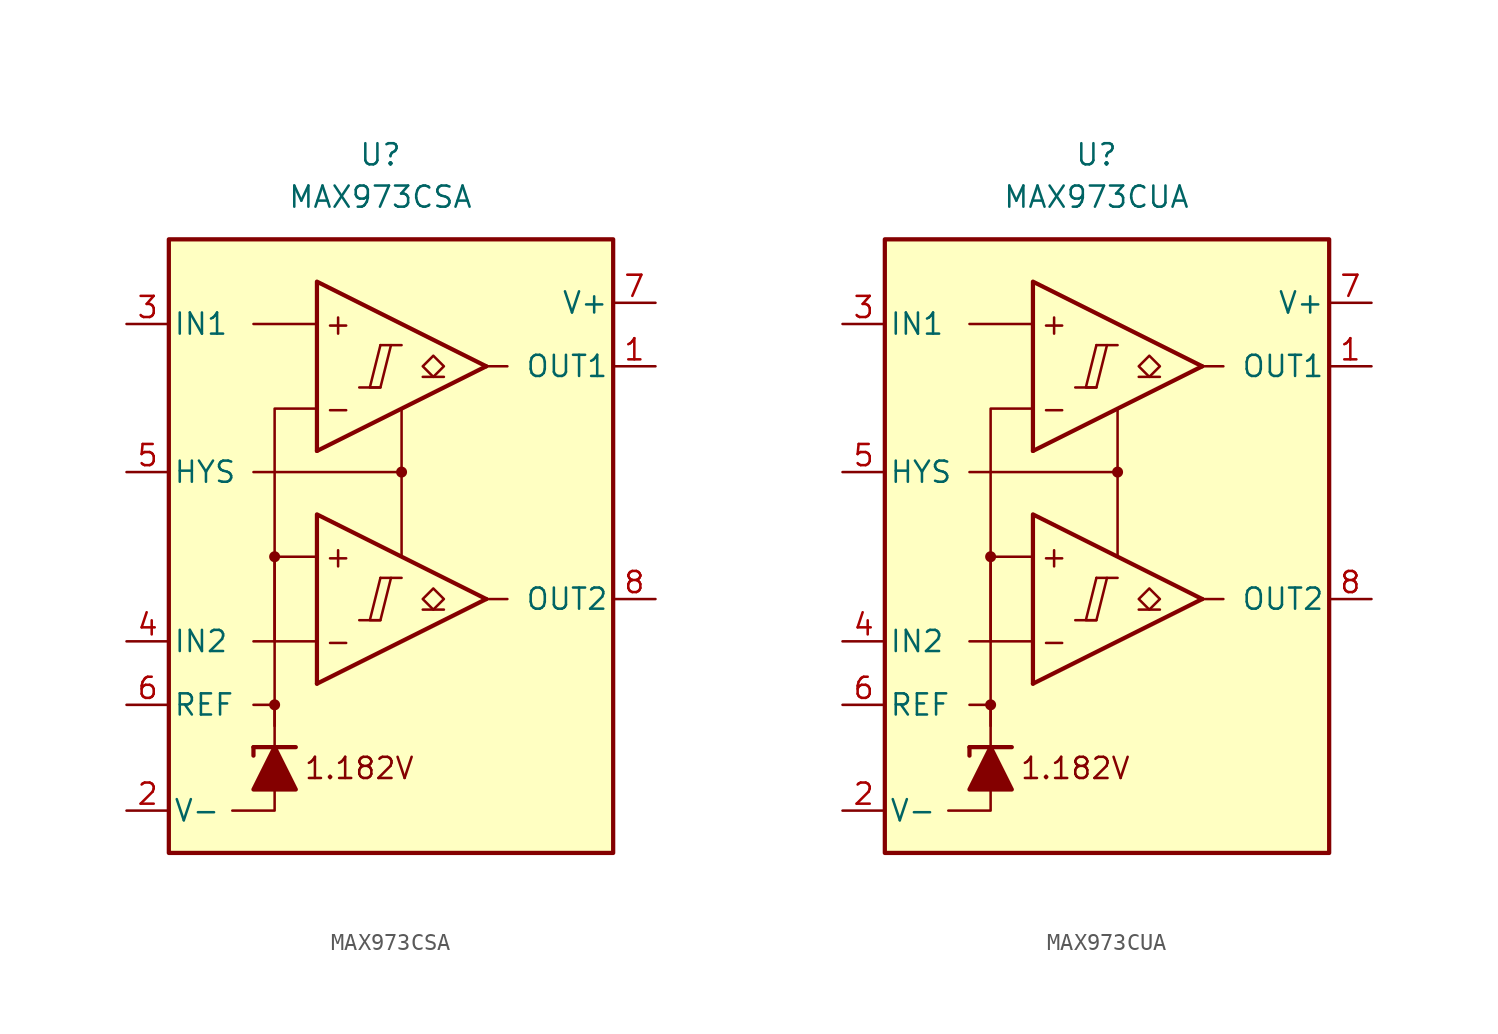
<source format=kicad_sym>
(kicad_symbol_lib
  (version 20211014)
  (generator kicad_symbol_editor)
  (symbol "MAX973CSA"
    (pin_names
      (offset 0.254))
    (property "Reference" "U"
      (at -1.27 22.86 0)
      (effects (font (size 1.27 1.27))))
    (property "Value" "MAX973CSA"
      (at -1.27 20.32 0)
      (effects (font (size 1.27 1.27))))
    (symbol "MAX973CSA_0_0"
      (rectangle (start -13.97 17.78) (end 12.7 -19.05) (stroke (width 0.254) (type default) (color 0 0 0 0)) (fill (type background)))
      (circle (center -7.62 -10.16) (radius 0.254) (stroke (width 0.152) (type default) (color 0 0 0 0)) (fill (type outline)))
      (circle (center -7.62 -1.27) (radius 0.254) (stroke (width 0.152) (type default) (color 0 0 0 0)) (fill (type outline)))
      (polyline (pts (xy -2.54 -5.08) (xy -1.27 -5.08)) (stroke (width 0.152) (type default) (color 0 0 0 0)) (fill (type none)))
      (polyline (pts (xy -2.54 8.89) (xy -1.27 8.89)) (stroke (width 0.152) (type default) (color 0 0 0 0)) (fill (type none)))
      (polyline (pts (xy -1.27 -2.54) (xy 0 -2.54)) (stroke (width 0.152) (type default) (color 0 0 0 0)) (fill (type none)))
      (polyline (pts (xy -1.27 11.43) (xy 0 11.43)) (stroke (width 0.152) (type default) (color 0 0 0 0)) (fill (type none)))
      (polyline (pts (xy 5.08 -3.81) (xy -5.08 -8.89)) (stroke (width 0.254) (type default) (color 0 0 0 0)) (fill (type none)))
      (polyline (pts (xy 5.08 10.16) (xy -5.08 5.08)) (stroke (width 0.254) (type default) (color 0 0 0 0)) (fill (type none)))
      (polyline (pts (xy 5.08 -3.81) (xy -5.08 1.27) (xy -5.08 -8.89)) (stroke (width 0.254) (type default) (color 0 0 0 0)) (fill (type background)))
      (polyline (pts (xy 5.08 10.16) (xy -5.08 15.24) (xy -5.08 5.08)) (stroke (width 0.254) (type default) (color 0 0 0 0)) (fill (type background)))
      (polyline (pts (xy -1.27 -2.54) (xy -1.905 -5.08) (xy -1.27 -5.08) (xy -0.635 -2.54)) (stroke (width 0.152) (type default) (color 0 0 0 0)) (fill (type none)))
      (polyline (pts (xy -1.27 11.43) (xy -1.905 8.89) (xy -1.27 8.89) (xy -0.635 11.43)) (stroke (width 0.152) (type default) (color 0 0 0 0)) (fill (type none)))
      (circle (center 0 3.81) (radius 0.254) (stroke (width 0.152) (type default) (color 0 0 0 0)) (fill (type outline)))
      (text "+" (at -3.81 -1.27 0) (effects (font (size 1.27 1.27))))
      (text "+" (at -3.81 12.7 0) (effects (font (size 1.27 1.27))))
      (text "-" (at -3.81 -6.35 0) (effects (font (size 1.27 1.27))))
      (text "-" (at -3.81 7.62 0) (effects (font (size 1.27 1.27))))
      (text "1.182V" (at -2.54 -13.97 0) (effects (font (size 1.27 1.27)))))
    (symbol "MAX973CSA_0_1"
      (polyline (pts (xy -8.89 -12.7) (xy -8.89 -13.208)) (stroke (width 0.254) (type default) (color 0 0 0 0)) (fill (type none)))
      (polyline (pts (xy -8.89 -12.7) (xy -6.35 -12.7)) (stroke (width 0.254) (type default) (color 0 0 0 0)) (fill (type none)))
      (polyline (pts (xy -5.08 -6.35) (xy -8.89 -6.35)) (stroke (width 0) (type default) (color 0 0 0 0)) (fill (type none)))
      (polyline (pts (xy -5.08 12.7) (xy -8.89 12.7)) (stroke (width 0) (type default) (color 0 0 0 0)) (fill (type none)))
      (polyline (pts (xy 0 3.81) (xy 0 -1.27)) (stroke (width 0) (type default) (color 0 0 0 0)) (fill (type none)))
      (polyline (pts (xy 5.08 -3.81) (xy 6.35 -3.81)) (stroke (width 0) (type default) (color 0 0 0 0)) (fill (type none)))
      (polyline (pts (xy 5.08 10.16) (xy 6.35 10.16)) (stroke (width 0) (type default) (color 0 0 0 0)) (fill (type none)))
      (polyline (pts (xy -7.62 -15.24) (xy -7.62 -16.51) (xy -10.16 -16.51)) (stroke (width 0) (type default) (color 0 0 0 0)) (fill (type none)))
      (polyline (pts (xy -7.62 -12.7) (xy -7.62 -10.16) (xy -8.89 -10.16)) (stroke (width 0) (type default) (color 0 0 0 0)) (fill (type none)))
      (polyline (pts (xy -7.62 -11.43) (xy -7.62 -1.27) (xy -5.08 -1.27)) (stroke (width 0) (type default) (color 0 0 0 0)) (fill (type none)))
      (polyline (pts (xy -7.62 -6.35) (xy -7.62 7.62) (xy -5.08 7.62)) (stroke (width 0) (type default) (color 0 0 0 0)) (fill (type none)))
      (polyline (pts (xy 0 7.62) (xy 0 3.81) (xy -8.89 3.81)) (stroke (width 0) (type default) (color 0 0 0 0)) (fill (type none)))
      (polyline (pts (xy -6.35 -15.24) (xy -8.89 -15.24) (xy -7.62 -12.7) (xy -6.35 -15.24)) (stroke (width 0.254) (type default) (color 0 0 0 0)) (fill (type outline))))
    (symbol "MAX973CSA_1_1"
      (polyline (pts (xy 2.54 -4.445) (xy 1.27 -4.445)) (stroke (width 0.152) (type default) (color 0 0 0 0)) (fill (type none)))
      (polyline (pts (xy 2.54 9.525) (xy 1.27 9.525)) (stroke (width 0.152) (type default) (color 0 0 0 0)) (fill (type none)))
      (polyline (pts (xy 1.905 -4.445) (xy 1.27 -3.81) (xy 1.905 -3.175) (xy 2.54 -3.81) (xy 1.905 -4.445)) (stroke (width 0.152) (type default) (color 0 0 0 0)) (fill (type none)))
      (polyline (pts (xy 1.905 9.525) (xy 1.27 10.16) (xy 1.905 10.795) (xy 2.54 10.16) (xy 1.905 9.525)) (stroke (width 0.152) (type default) (color 0 0 0 0)) (fill (type none)))
      (pin output line (at 15.24 10.16 180) (length 2.54) (name "OUT1" (effects (font (size 1.27 1.27)))) (number "1" (effects (font (size 1.27 1.27)))))
      (pin power_in line (at -16.51 -16.51 0) (length 2.54) (name "V-" (effects (font (size 1.27 1.27)))) (number "2" (effects (font (size 1.27 1.27)))))
      (pin input line (at -16.51 12.7 0) (length 2.54) (name "IN1" (effects (font (size 1.27 1.27)))) (number "3" (effects (font (size 1.27 1.27)))))
      (pin input line (at -16.51 -6.35 0) (length 2.54) (name "IN2" (effects (font (size 1.27 1.27)))) (number "4" (effects (font (size 1.27 1.27)))))
      (pin input line (at -16.51 3.81 0) (length 2.54) (name "HYS" (effects (font (size 1.27 1.27)))) (number "5" (effects (font (size 1.27 1.27)))))
      (pin output line (at -16.51 -10.16 0) (length 2.54) (name "REF" (effects (font (size 1.27 1.27)))) (number "6" (effects (font (size 1.27 1.27)))))
      (pin power_in line (at 15.24 13.97 180) (length 2.54) (name "V+" (effects (font (size 1.27 1.27)))) (number "7" (effects (font (size 1.27 1.27)))))
      (pin output line (at 15.24 -3.81 180) (length 2.54) (name "OUT2" (effects (font (size 1.27 1.27)))) (number "8" (effects (font (size 1.27 1.27)))))))
  (symbol "MAX973CUA"
    (pin_names
      (offset 0.254))
    (property "Reference" "U"
      (at -1.27 22.86 0)
      (effects (font (size 1.27 1.27))))
    (property "Value" "MAX973CUA"
      (at -1.27 20.32 0)
      (effects (font (size 1.27 1.27))))
    (symbol "MAX973CUA_0_0"
      (rectangle (start -13.97 17.78) (end 12.7 -19.05) (stroke (width 0.254) (type default) (color 0 0 0 0)) (fill (type background)))
      (circle (center -7.62 -10.16) (radius 0.254) (stroke (width 0.152) (type default) (color 0 0 0 0)) (fill (type outline)))
      (circle (center -7.62 -1.27) (radius 0.254) (stroke (width 0.152) (type default) (color 0 0 0 0)) (fill (type outline)))
      (polyline (pts (xy -2.54 -5.08) (xy -1.27 -5.08)) (stroke (width 0.152) (type default) (color 0 0 0 0)) (fill (type none)))
      (polyline (pts (xy -2.54 8.89) (xy -1.27 8.89)) (stroke (width 0.152) (type default) (color 0 0 0 0)) (fill (type none)))
      (polyline (pts (xy -1.27 -2.54) (xy 0 -2.54)) (stroke (width 0.152) (type default) (color 0 0 0 0)) (fill (type none)))
      (polyline (pts (xy -1.27 11.43) (xy 0 11.43)) (stroke (width 0.152) (type default) (color 0 0 0 0)) (fill (type none)))
      (polyline (pts (xy 5.08 -3.81) (xy -5.08 -8.89)) (stroke (width 0.254) (type default) (color 0 0 0 0)) (fill (type none)))
      (polyline (pts (xy 5.08 10.16) (xy -5.08 5.08)) (stroke (width 0.254) (type default) (color 0 0 0 0)) (fill (type none)))
      (polyline (pts (xy 5.08 -3.81) (xy -5.08 1.27) (xy -5.08 -8.89)) (stroke (width 0.254) (type default) (color 0 0 0 0)) (fill (type background)))
      (polyline (pts (xy 5.08 10.16) (xy -5.08 15.24) (xy -5.08 5.08)) (stroke (width 0.254) (type default) (color 0 0 0 0)) (fill (type background)))
      (polyline (pts (xy -1.27 -2.54) (xy -1.905 -5.08) (xy -1.27 -5.08) (xy -0.635 -2.54)) (stroke (width 0.152) (type default) (color 0 0 0 0)) (fill (type none)))
      (polyline (pts (xy -1.27 11.43) (xy -1.905 8.89) (xy -1.27 8.89) (xy -0.635 11.43)) (stroke (width 0.152) (type default) (color 0 0 0 0)) (fill (type none)))
      (circle (center 0 3.81) (radius 0.254) (stroke (width 0.152) (type default) (color 0 0 0 0)) (fill (type outline)))
      (text "+" (at -3.81 -1.27 0) (effects (font (size 1.27 1.27))))
      (text "+" (at -3.81 12.7 0) (effects (font (size 1.27 1.27))))
      (text "-" (at -3.81 -6.35 0) (effects (font (size 1.27 1.27))))
      (text "-" (at -3.81 7.62 0) (effects (font (size 1.27 1.27))))
      (text "1.182V" (at -2.54 -13.97 0) (effects (font (size 1.27 1.27)))))
    (symbol "MAX973CUA_0_1"
      (polyline (pts (xy -8.89 -12.7) (xy -8.89 -13.208)) (stroke (width 0.254) (type default) (color 0 0 0 0)) (fill (type none)))
      (polyline (pts (xy -8.89 -12.7) (xy -6.35 -12.7)) (stroke (width 0.254) (type default) (color 0 0 0 0)) (fill (type none)))
      (polyline (pts (xy -5.08 -6.35) (xy -8.89 -6.35)) (stroke (width 0) (type default) (color 0 0 0 0)) (fill (type none)))
      (polyline (pts (xy -5.08 12.7) (xy -8.89 12.7)) (stroke (width 0) (type default) (color 0 0 0 0)) (fill (type none)))
      (polyline (pts (xy 0 3.81) (xy 0 -1.27)) (stroke (width 0) (type default) (color 0 0 0 0)) (fill (type none)))
      (polyline (pts (xy 5.08 -3.81) (xy 6.35 -3.81)) (stroke (width 0) (type default) (color 0 0 0 0)) (fill (type none)))
      (polyline (pts (xy 5.08 10.16) (xy 6.35 10.16)) (stroke (width 0) (type default) (color 0 0 0 0)) (fill (type none)))
      (polyline (pts (xy -7.62 -15.24) (xy -7.62 -16.51) (xy -10.16 -16.51)) (stroke (width 0) (type default) (color 0 0 0 0)) (fill (type none)))
      (polyline (pts (xy -7.62 -12.7) (xy -7.62 -10.16) (xy -8.89 -10.16)) (stroke (width 0) (type default) (color 0 0 0 0)) (fill (type none)))
      (polyline (pts (xy -7.62 -11.43) (xy -7.62 -1.27) (xy -5.08 -1.27)) (stroke (width 0) (type default) (color 0 0 0 0)) (fill (type none)))
      (polyline (pts (xy -7.62 -6.35) (xy -7.62 7.62) (xy -5.08 7.62)) (stroke (width 0) (type default) (color 0 0 0 0)) (fill (type none)))
      (polyline (pts (xy 0 7.62) (xy 0 3.81) (xy -8.89 3.81)) (stroke (width 0) (type default) (color 0 0 0 0)) (fill (type none)))
      (polyline (pts (xy -6.35 -15.24) (xy -8.89 -15.24) (xy -7.62 -12.7) (xy -6.35 -15.24)) (stroke (width 0.254) (type default) (color 0 0 0 0)) (fill (type outline))))
    (symbol "MAX973CUA_1_1"
      (polyline (pts (xy 2.54 -4.445) (xy 1.27 -4.445)) (stroke (width 0.152) (type default) (color 0 0 0 0)) (fill (type none)))
      (polyline (pts (xy 2.54 9.525) (xy 1.27 9.525)) (stroke (width 0.152) (type default) (color 0 0 0 0)) (fill (type none)))
      (polyline (pts (xy 1.905 -4.445) (xy 1.27 -3.81) (xy 1.905 -3.175) (xy 2.54 -3.81) (xy 1.905 -4.445)) (stroke (width 0.152) (type default) (color 0 0 0 0)) (fill (type none)))
      (polyline (pts (xy 1.905 9.525) (xy 1.27 10.16) (xy 1.905 10.795) (xy 2.54 10.16) (xy 1.905 9.525)) (stroke (width 0.152) (type default) (color 0 0 0 0)) (fill (type none)))
      (pin output line (at 15.24 10.16 180) (length 2.54) (name "OUT1" (effects (font (size 1.27 1.27)))) (number "1" (effects (font (size 1.27 1.27)))))
      (pin power_in line (at -16.51 -16.51 0) (length 2.54) (name "V-" (effects (font (size 1.27 1.27)))) (number "2" (effects (font (size 1.27 1.27)))))
      (pin input line (at -16.51 12.7 0) (length 2.54) (name "IN1" (effects (font (size 1.27 1.27)))) (number "3" (effects (font (size 1.27 1.27)))))
      (pin input line (at -16.51 -6.35 0) (length 2.54) (name "IN2" (effects (font (size 1.27 1.27)))) (number "4" (effects (font (size 1.27 1.27)))))
      (pin input line (at -16.51 3.81 0) (length 2.54) (name "HYS" (effects (font (size 1.27 1.27)))) (number "5" (effects (font (size 1.27 1.27)))))
      (pin output line (at -16.51 -10.16 0) (length 2.54) (name "REF" (effects (font (size 1.27 1.27)))) (number "6" (effects (font (size 1.27 1.27)))))
      (pin power_in line (at 15.24 13.97 180) (length 2.54) (name "V+" (effects (font (size 1.27 1.27)))) (number "7" (effects (font (size 1.27 1.27)))))
      (pin output line (at 15.24 -3.81 180) (length 2.54) (name "OUT2" (effects (font (size 1.27 1.27)))) (number "8" (effects (font (size 1.27 1.27))))))))
</source>
